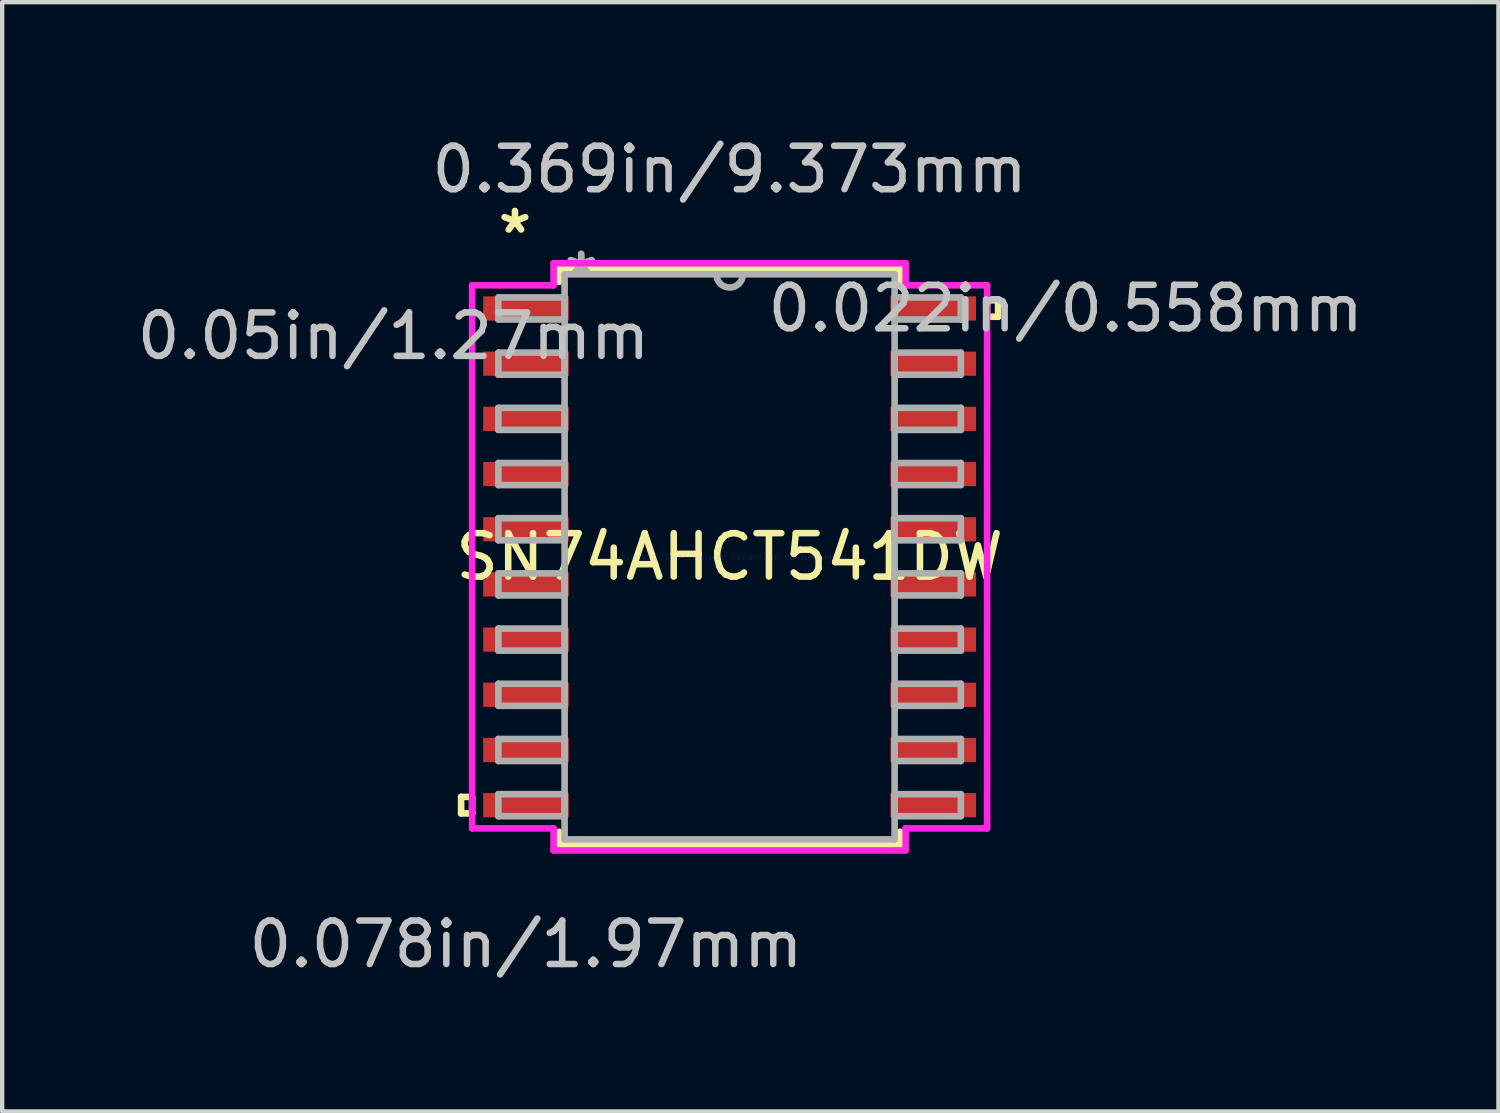
<source format=kicad_pcb>
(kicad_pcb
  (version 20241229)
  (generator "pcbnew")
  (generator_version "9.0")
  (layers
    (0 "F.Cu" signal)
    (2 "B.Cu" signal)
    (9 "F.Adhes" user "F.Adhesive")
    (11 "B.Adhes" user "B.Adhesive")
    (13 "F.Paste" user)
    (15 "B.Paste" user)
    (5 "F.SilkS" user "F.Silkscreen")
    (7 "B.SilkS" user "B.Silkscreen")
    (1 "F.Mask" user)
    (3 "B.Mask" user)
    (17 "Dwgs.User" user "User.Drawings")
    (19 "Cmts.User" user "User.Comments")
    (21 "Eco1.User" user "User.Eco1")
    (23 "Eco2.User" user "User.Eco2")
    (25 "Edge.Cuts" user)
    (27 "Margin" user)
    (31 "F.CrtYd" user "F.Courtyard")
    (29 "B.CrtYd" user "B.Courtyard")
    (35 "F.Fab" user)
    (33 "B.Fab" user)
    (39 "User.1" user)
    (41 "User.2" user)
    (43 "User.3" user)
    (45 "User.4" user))
  (footprint "SN74AHCT541DW"
    (layer "F.Cu")
    (at 13.74 9.764)
    (property "Reference" "SN74AHCT541DW" (at 0 0 0) (layer "F.SilkS") (effects (font (size 1 1) (thickness 0.15))))
    (attr through_hole)
    (fp_line (start -6.179 5.524) (end -6.179 5.905) (stroke (width 0.152) (type solid)) (layer "F.SilkS"))
    (fp_line (start -6.179 5.905) (end -5.925 5.905) (stroke (width 0.152) (type solid)) (layer "F.SilkS"))
    (fp_line (start -5.925 5.524) (end -6.179 5.524) (stroke (width 0.152) (type solid)) (layer "F.SilkS"))
    (fp_line (start -5.925 5.905) (end -5.925 5.524) (stroke (width 0.152) (type solid)) (layer "F.SilkS"))
    (fp_line (start -3.924 -6.629) (end -3.924 -6.327) (stroke (width 0.152) (type solid)) (layer "F.SilkS"))
    (fp_line (start -3.924 6.327) (end -3.924 6.629) (stroke (width 0.152) (type solid)) (layer "F.SilkS"))
    (fp_line (start -3.924 6.629) (end 3.924 6.629) (stroke (width 0.152) (type solid)) (layer "F.SilkS"))
    (fp_line (start 3.924 -6.629) (end -3.924 -6.629) (stroke (width 0.152) (type solid)) (layer "F.SilkS"))
    (fp_line (start 3.924 -6.327) (end 3.924 -6.629) (stroke (width 0.152) (type solid)) (layer "F.SilkS"))
    (fp_line (start 3.924 6.629) (end 3.924 6.327) (stroke (width 0.152) (type solid)) (layer "F.SilkS"))
    (fp_line (start 5.925 -5.905) (end 6.179 -5.905) (stroke (width 0.152) (type solid)) (layer "F.SilkS"))
    (fp_line (start 5.925 -5.524) (end 5.925 -5.905) (stroke (width 0.152) (type solid)) (layer "F.SilkS"))
    (fp_line (start 6.179 -5.905) (end 6.179 -5.524) (stroke (width 0.152) (type solid)) (layer "F.SilkS"))
    (fp_line (start 6.179 -5.524) (end 5.925 -5.524) (stroke (width 0.152) (type solid)) (layer "F.SilkS"))
    (fp_line (start -5.925 -6.248) (end -4.051 -6.248) (stroke (width 0.152) (type solid)) (layer "F.CrtYd"))
    (fp_line (start -5.925 6.248) (end -5.925 -6.248) (stroke (width 0.152) (type solid)) (layer "F.CrtYd"))
    (fp_line (start -4.051 -6.756) (end 4.051 -6.756) (stroke (width 0.152) (type solid)) (layer "F.CrtYd"))
    (fp_line (start -4.051 -6.248) (end -4.051 -6.756) (stroke (width 0.152) (type solid)) (layer "F.CrtYd"))
    (fp_line (start -4.051 6.248) (end -5.925 6.248) (stroke (width 0.152) (type solid)) (layer "F.CrtYd"))
    (fp_line (start -4.051 6.756) (end -4.051 6.248) (stroke (width 0.152) (type solid)) (layer "F.CrtYd"))
    (fp_line (start 4.051 -6.756) (end 4.051 -6.248) (stroke (width 0.152) (type solid)) (layer "F.CrtYd"))
    (fp_line (start 4.051 -6.248) (end 5.925 -6.248) (stroke (width 0.152) (type solid)) (layer "F.CrtYd"))
    (fp_line (start 4.051 6.248) (end 4.051 6.756) (stroke (width 0.152) (type solid)) (layer "F.CrtYd"))
    (fp_line (start 4.051 6.756) (end -4.051 6.756) (stroke (width 0.152) (type solid)) (layer "F.CrtYd"))
    (fp_line (start 5.925 -6.248) (end 5.925 6.248) (stroke (width 0.152) (type solid)) (layer "F.CrtYd"))
    (fp_line (start 5.925 6.248) (end 4.051 6.248) (stroke (width 0.152) (type solid)) (layer "F.CrtYd"))
    (fp_line (start -5.321 -5.969) (end -5.321 -5.461) (stroke (width 0.152) (type solid)) (layer "F.Fab"))
    (fp_line (start -5.321 -5.461) (end -3.797 -5.461) (stroke (width 0.152) (type solid)) (layer "F.Fab"))
    (fp_line (start -5.321 -4.699) (end -5.321 -4.191) (stroke (width 0.152) (type solid)) (layer "F.Fab"))
    (fp_line (start -5.321 -4.191) (end -3.797 -4.191) (stroke (width 0.152) (type solid)) (layer "F.Fab"))
    (fp_line (start -5.321 -3.429) (end -5.321 -2.921) (stroke (width 0.152) (type solid)) (layer "F.Fab"))
    (fp_line (start -5.321 -2.921) (end -3.797 -2.921) (stroke (width 0.152) (type solid)) (layer "F.Fab"))
    (fp_line (start -5.321 -2.159) (end -5.321 -1.651) (stroke (width 0.152) (type solid)) (layer "F.Fab"))
    (fp_line (start -5.321 -1.651) (end -3.797 -1.651) (stroke (width 0.152) (type solid)) (layer "F.Fab"))
    (fp_line (start -5.321 -0.889) (end -5.321 -0.381) (stroke (width 0.152) (type solid)) (layer "F.Fab"))
    (fp_line (start -5.321 -0.381) (end -3.797 -0.381) (stroke (width 0.152) (type solid)) (layer "F.Fab"))
    (fp_line (start -5.321 0.381) (end -5.321 0.889) (stroke (width 0.152) (type solid)) (layer "F.Fab"))
    (fp_line (start -5.321 0.889) (end -3.797 0.889) (stroke (width 0.152) (type solid)) (layer "F.Fab"))
    (fp_line (start -5.321 1.651) (end -5.321 2.159) (stroke (width 0.152) (type solid)) (layer "F.Fab"))
    (fp_line (start -5.321 2.159) (end -3.797 2.159) (stroke (width 0.152) (type solid)) (layer "F.Fab"))
    (fp_line (start -5.321 2.921) (end -5.321 3.429) (stroke (width 0.152) (type solid)) (layer "F.Fab"))
    (fp_line (start -5.321 3.429) (end -3.797 3.429) (stroke (width 0.152) (type solid)) (layer "F.Fab"))
    (fp_line (start -5.321 4.191) (end -5.321 4.699) (stroke (width 0.152) (type solid)) (layer "F.Fab"))
    (fp_line (start -5.321 4.699) (end -3.797 4.699) (stroke (width 0.152) (type solid)) (layer "F.Fab"))
    (fp_line (start -5.321 5.461) (end -5.321 5.969) (stroke (width 0.152) (type solid)) (layer "F.Fab"))
    (fp_line (start -5.321 5.969) (end -3.797 5.969) (stroke (width 0.152) (type solid)) (layer "F.Fab"))
    (fp_line (start -3.797 -6.502) (end -3.797 6.502) (stroke (width 0.152) (type solid)) (layer "F.Fab"))
    (fp_line (start -3.797 -5.969) (end -5.321 -5.969) (stroke (width 0.152) (type solid)) (layer "F.Fab"))
    (fp_line (start -3.797 -5.461) (end -3.797 -5.969) (stroke (width 0.152) (type solid)) (layer "F.Fab"))
    (fp_line (start -3.797 -4.699) (end -5.321 -4.699) (stroke (width 0.152) (type solid)) (layer "F.Fab"))
    (fp_line (start -3.797 -4.191) (end -3.797 -4.699) (stroke (width 0.152) (type solid)) (layer "F.Fab"))
    (fp_line (start -3.797 -3.429) (end -5.321 -3.429) (stroke (width 0.152) (type solid)) (layer "F.Fab"))
    (fp_line (start -3.797 -2.921) (end -3.797 -3.429) (stroke (width 0.152) (type solid)) (layer "F.Fab"))
    (fp_line (start -3.797 -2.159) (end -5.321 -2.159) (stroke (width 0.152) (type solid)) (layer "F.Fab"))
    (fp_line (start -3.797 -1.651) (end -3.797 -2.159) (stroke (width 0.152) (type solid)) (layer "F.Fab"))
    (fp_line (start -3.797 -0.889) (end -5.321 -0.889) (stroke (width 0.152) (type solid)) (layer "F.Fab"))
    (fp_line (start -3.797 -0.381) (end -3.797 -0.889) (stroke (width 0.152) (type solid)) (layer "F.Fab"))
    (fp_line (start -3.797 0.381) (end -5.321 0.381) (stroke (width 0.152) (type solid)) (layer "F.Fab"))
    (fp_line (start -3.797 0.889) (end -3.797 0.381) (stroke (width 0.152) (type solid)) (layer "F.Fab"))
    (fp_line (start -3.797 1.651) (end -5.321 1.651) (stroke (width 0.152) (type solid)) (layer "F.Fab"))
    (fp_line (start -3.797 2.159) (end -3.797 1.651) (stroke (width 0.152) (type solid)) (layer "F.Fab"))
    (fp_line (start -3.797 2.921) (end -5.321 2.921) (stroke (width 0.152) (type solid)) (layer "F.Fab"))
    (fp_line (start -3.797 3.429) (end -3.797 2.921) (stroke (width 0.152) (type solid)) (layer "F.Fab"))
    (fp_line (start -3.797 4.191) (end -5.321 4.191) (stroke (width 0.152) (type solid)) (layer "F.Fab"))
    (fp_line (start -3.797 4.699) (end -3.797 4.191) (stroke (width 0.152) (type solid)) (layer "F.Fab"))
    (fp_line (start -3.797 5.461) (end -5.321 5.461) (stroke (width 0.152) (type solid)) (layer "F.Fab"))
    (fp_line (start -3.797 5.969) (end -3.797 5.461) (stroke (width 0.152) (type solid)) (layer "F.Fab"))
    (fp_line (start -3.797 6.502) (end 3.797 6.502) (stroke (width 0.152) (type solid)) (layer "F.Fab"))
    (fp_line (start 3.797 -6.502) (end -3.797 -6.502) (stroke (width 0.152) (type solid)) (layer "F.Fab"))
    (fp_line (start 3.797 -5.969) (end 3.797 -5.461) (stroke (width 0.152) (type solid)) (layer "F.Fab"))
    (fp_line (start 3.797 -5.461) (end 5.321 -5.461) (stroke (width 0.152) (type solid)) (layer "F.Fab"))
    (fp_line (start 3.797 -4.699) (end 3.797 -4.191) (stroke (width 0.152) (type solid)) (layer "F.Fab"))
    (fp_line (start 3.797 -4.191) (end 5.321 -4.191) (stroke (width 0.152) (type solid)) (layer "F.Fab"))
    (fp_line (start 3.797 -3.429) (end 3.797 -2.921) (stroke (width 0.152) (type solid)) (layer "F.Fab"))
    (fp_line (start 3.797 -2.921) (end 5.321 -2.921) (stroke (width 0.152) (type solid)) (layer "F.Fab"))
    (fp_line (start 3.797 -2.159) (end 3.797 -1.651) (stroke (width 0.152) (type solid)) (layer "F.Fab"))
    (fp_line (start 3.797 -1.651) (end 5.321 -1.651) (stroke (width 0.152) (type solid)) (layer "F.Fab"))
    (fp_line (start 3.797 -0.889) (end 3.797 -0.381) (stroke (width 0.152) (type solid)) (layer "F.Fab"))
    (fp_line (start 3.797 -0.381) (end 5.321 -0.381) (stroke (width 0.152) (type solid)) (layer "F.Fab"))
    (fp_line (start 3.797 0.381) (end 3.797 0.889) (stroke (width 0.152) (type solid)) (layer "F.Fab"))
    (fp_line (start 3.797 0.889) (end 5.321 0.889) (stroke (width 0.152) (type solid)) (layer "F.Fab"))
    (fp_line (start 3.797 1.651) (end 3.797 2.159) (stroke (width 0.152) (type solid)) (layer "F.Fab"))
    (fp_line (start 3.797 2.159) (end 5.321 2.159) (stroke (width 0.152) (type solid)) (layer "F.Fab"))
    (fp_line (start 3.797 2.921) (end 3.797 3.429) (stroke (width 0.152) (type solid)) (layer "F.Fab"))
    (fp_line (start 3.797 3.429) (end 5.321 3.429) (stroke (width 0.152) (type solid)) (layer "F.Fab"))
    (fp_line (start 3.797 4.191) (end 3.797 4.699) (stroke (width 0.152) (type solid)) (layer "F.Fab"))
    (fp_line (start 3.797 4.699) (end 5.321 4.699) (stroke (width 0.152) (type solid)) (layer "F.Fab"))
    (fp_line (start 3.797 5.461) (end 3.797 5.969) (stroke (width 0.152) (type solid)) (layer "F.Fab"))
    (fp_line (start 3.797 5.969) (end 5.321 5.969) (stroke (width 0.152) (type solid)) (layer "F.Fab"))
    (fp_line (start 3.797 6.502) (end 3.797 -6.502) (stroke (width 0.152) (type solid)) (layer "F.Fab"))
    (fp_line (start 5.321 -5.969) (end 3.797 -5.969) (stroke (width 0.152) (type solid)) (layer "F.Fab"))
    (fp_line (start 5.321 -5.461) (end 5.321 -5.969) (stroke (width 0.152) (type solid)) (layer "F.Fab"))
    (fp_line (start 5.321 -4.699) (end 3.797 -4.699) (stroke (width 0.152) (type solid)) (layer "F.Fab"))
    (fp_line (start 5.321 -4.191) (end 5.321 -4.699) (stroke (width 0.152) (type solid)) (layer "F.Fab"))
    (fp_line (start 5.321 -3.429) (end 3.797 -3.429) (stroke (width 0.152) (type solid)) (layer "F.Fab"))
    (fp_line (start 5.321 -2.921) (end 5.321 -3.429) (stroke (width 0.152) (type solid)) (layer "F.Fab"))
    (fp_line (start 5.321 -2.159) (end 3.797 -2.159) (stroke (width 0.152) (type solid)) (layer "F.Fab"))
    (fp_line (start 5.321 -1.651) (end 5.321 -2.159) (stroke (width 0.152) (type solid)) (layer "F.Fab"))
    (fp_line (start 5.321 -0.889) (end 3.797 -0.889) (stroke (width 0.152) (type solid)) (layer "F.Fab"))
    (fp_line (start 5.321 -0.381) (end 5.321 -0.889) (stroke (width 0.152) (type solid)) (layer "F.Fab"))
    (fp_line (start 5.321 0.381) (end 3.797 0.381) (stroke (width 0.152) (type solid)) (layer "F.Fab"))
    (fp_line (start 5.321 0.889) (end 5.321 0.381) (stroke (width 0.152) (type solid)) (layer "F.Fab"))
    (fp_line (start 5.321 1.651) (end 3.797 1.651) (stroke (width 0.152) (type solid)) (layer "F.Fab"))
    (fp_line (start 5.321 2.159) (end 5.321 1.651) (stroke (width 0.152) (type solid)) (layer "F.Fab"))
    (fp_line (start 5.321 2.921) (end 3.797 2.921) (stroke (width 0.152) (type solid)) (layer "F.Fab"))
    (fp_line (start 5.321 3.429) (end 5.321 2.921) (stroke (width 0.152) (type solid)) (layer "F.Fab"))
    (fp_line (start 5.321 4.191) (end 3.797 4.191) (stroke (width 0.152) (type solid)) (layer "F.Fab"))
    (fp_line (start 5.321 4.699) (end 5.321 4.191) (stroke (width 0.152) (type solid)) (layer "F.Fab"))
    (fp_line (start 5.321 5.461) (end 3.797 5.461) (stroke (width 0.152) (type solid)) (layer "F.Fab"))
    (fp_line (start 5.321 5.969) (end 5.321 5.461) (stroke (width 0.152) (type solid)) (layer "F.Fab"))
    (fp_arc (start 0.3048 -6.5024) (mid 0 -6.1976) (end -0.3048 -6.5024) (stroke (width 0.1524) (type solid)) (layer "F.Fab"))
    (fp_text user "*" (at -4.94 -7.416 0) (layer "F.SilkS") (effects (font (size 1 1) (thickness 0.15))))
    (fp_text user "0.05in/1.27mm" (at -7.734 -5.08 0) (layer "Dwgs.User") (effects (font (size 1 1) (thickness 0.15))))
    (fp_text user "0.078in/1.97mm" (at -4.686 8.915 0) (layer "Dwgs.User") (effects (font (size 1 1) (thickness 0.15))))
    (fp_text user "0.369in/9.373mm" (at 0 -8.915 0) (layer "Dwgs.User") (effects (font (size 1 1) (thickness 0.15))))
    (fp_text user "0.022in/0.558mm" (at 7.734 -5.715 0) (layer "Dwgs.User") (effects (font (size 1 1) (thickness 0.15))))
    (fp_text user "Copyright 2016 Accelerated Designs. All rights reserved." (at 0 0 0) (layer "Cmts.User") (effects (font (size 0.127 0.127) (thickness 0.002))))
    (fp_text user "*" (at -3.416 -6.426 0) (layer "F.Fab") (effects (font (size 1 1) (thickness 0.15))))
    (fp_text user "*" (at -3.416 -6.426 0) (layer "F.Fab") (effects (font (size 1 1) (thickness 0.15))))
    (pad "1" smd rect (at -4.686 -5.715) (size 1.97 0.558) (layers "F.Cu" "F.Mask" "F.Paste"))
    (pad "2" smd rect (at -4.686 -4.445) (size 1.97 0.558) (layers "F.Cu" "F.Mask" "F.Paste"))
    (pad "3" smd rect (at -4.686 -3.175) (size 1.97 0.558) (layers "F.Cu" "F.Mask" "F.Paste"))
    (pad "4" smd rect (at -4.686 -1.905) (size 1.97 0.558) (layers "F.Cu" "F.Mask" "F.Paste"))
    (pad "5" smd rect (at -4.686 -0.635) (size 1.97 0.558) (layers "F.Cu" "F.Mask" "F.Paste"))
    (pad "6" smd rect (at -4.686 0.635) (size 1.97 0.558) (layers "F.Cu" "F.Mask" "F.Paste"))
    (pad "7" smd rect (at -4.686 1.905) (size 1.97 0.558) (layers "F.Cu" "F.Mask" "F.Paste"))
    (pad "8" smd rect (at -4.686 3.175) (size 1.97 0.558) (layers "F.Cu" "F.Mask" "F.Paste"))
    (pad "9" smd rect (at -4.686 4.445) (size 1.97 0.558) (layers "F.Cu" "F.Mask" "F.Paste"))
    (pad "10" smd rect (at -4.686 5.715) (size 1.97 0.558) (layers "F.Cu" "F.Mask" "F.Paste"))
    (pad "11" smd rect (at 4.686 5.715) (size 1.97 0.558) (layers "F.Cu" "F.Mask" "F.Paste"))
    (pad "12" smd rect (at 4.686 4.445) (size 1.97 0.558) (layers "F.Cu" "F.Mask" "F.Paste"))
    (pad "13" smd rect (at 4.686 3.175) (size 1.97 0.558) (layers "F.Cu" "F.Mask" "F.Paste"))
    (pad "14" smd rect (at 4.686 1.905) (size 1.97 0.558) (layers "F.Cu" "F.Mask" "F.Paste"))
    (pad "15" smd rect (at 4.686 0.635) (size 1.97 0.558) (layers "F.Cu" "F.Mask" "F.Paste"))
    (pad "16" smd rect (at 4.686 -0.635) (size 1.97 0.558) (layers "F.Cu" "F.Mask" "F.Paste"))
    (pad "17" smd rect (at 4.686 -1.905) (size 1.97 0.558) (layers "F.Cu" "F.Mask" "F.Paste"))
    (pad "18" smd rect (at 4.686 -3.175) (size 1.97 0.558) (layers "F.Cu" "F.Mask" "F.Paste"))
    (pad "19" smd rect (at 4.686 -4.445) (size 1.97 0.558) (layers "F.Cu" "F.Mask" "F.Paste"))
    (pad "20" smd rect (at 4.686 -5.715) (size 1.97 0.558) (layers "F.Cu" "F.Mask" "F.Paste")))
  (gr_rect
    (start -3 -3)
    (end 31.433 22.527)
    (stroke (width 0.1) (type default))
    (fill no)
    (layer "Edge.Cuts")))
</source>
